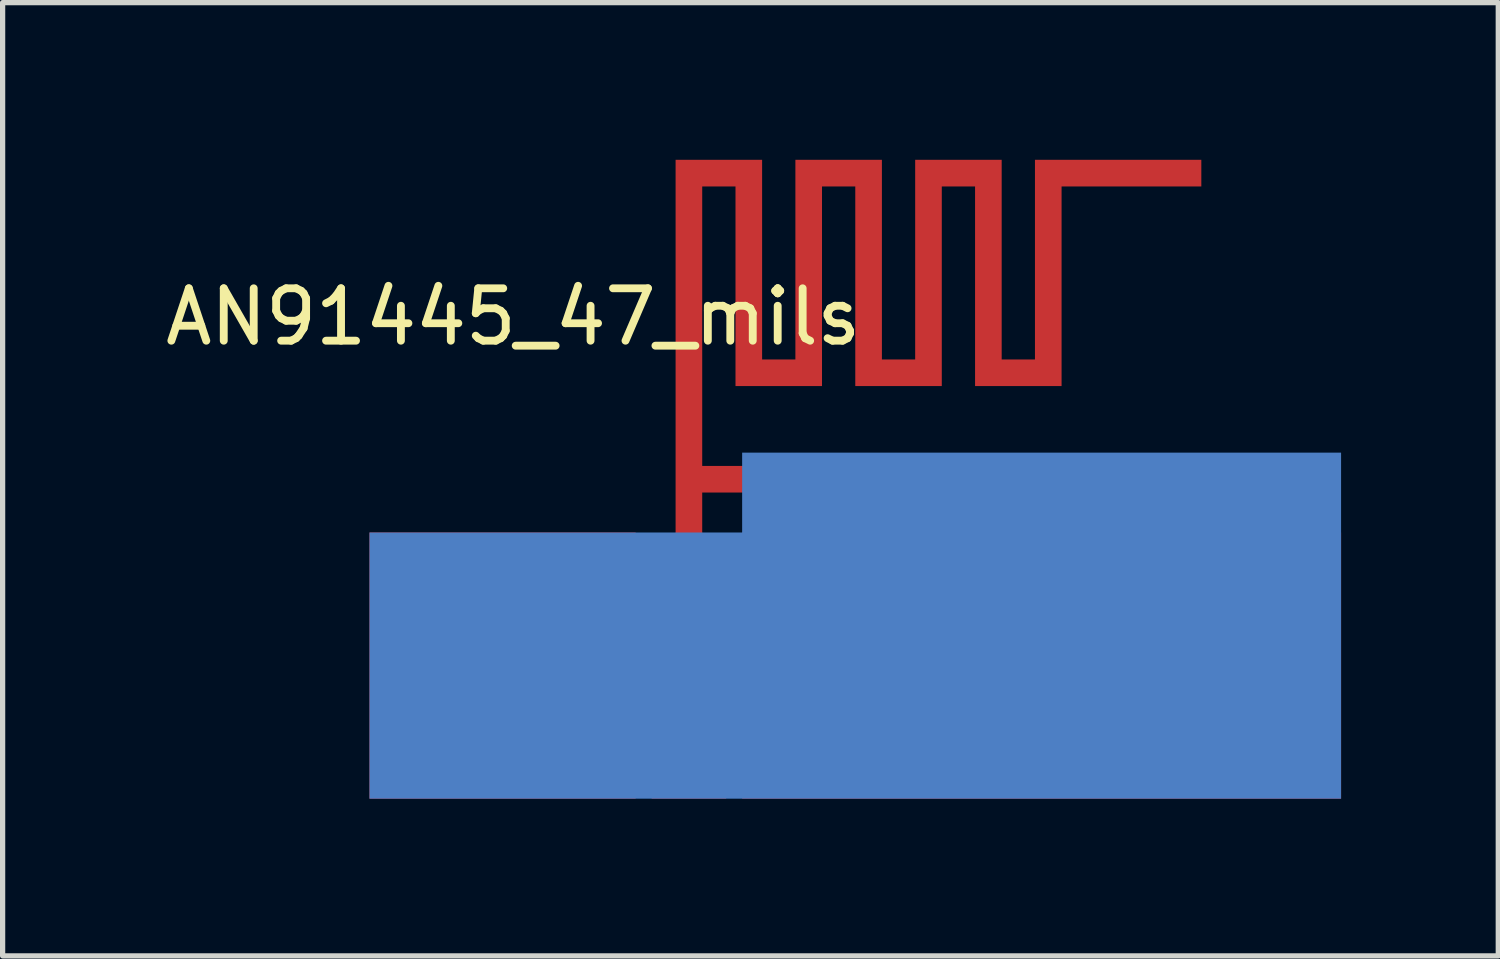
<source format=kicad_pcb>
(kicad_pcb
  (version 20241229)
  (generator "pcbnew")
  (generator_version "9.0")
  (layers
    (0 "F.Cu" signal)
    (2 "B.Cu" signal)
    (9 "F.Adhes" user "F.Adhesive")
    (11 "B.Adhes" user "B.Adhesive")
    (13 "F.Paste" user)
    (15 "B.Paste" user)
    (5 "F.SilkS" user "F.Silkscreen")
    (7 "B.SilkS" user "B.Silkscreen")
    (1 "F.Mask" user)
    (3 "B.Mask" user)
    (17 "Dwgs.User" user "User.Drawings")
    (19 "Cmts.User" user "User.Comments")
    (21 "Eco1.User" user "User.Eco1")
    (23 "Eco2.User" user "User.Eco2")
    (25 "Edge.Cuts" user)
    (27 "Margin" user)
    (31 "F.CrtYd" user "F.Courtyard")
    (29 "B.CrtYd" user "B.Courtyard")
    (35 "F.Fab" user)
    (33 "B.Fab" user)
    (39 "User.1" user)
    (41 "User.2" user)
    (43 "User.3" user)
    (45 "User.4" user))
  (footprint "AN91445_47_mils"
    (layer "F.Cu")
    (at 10.097 10.16)
    (property "Reference" "AN91445_47_mils" (at -3.353 -7.163 0) (layer "F.SilkS") (effects (font (size 1 1) (thickness 0.15))))
    (attr through_hole)
    (pad "1" smd custom (at 0 0) (size 1.422 4.064) (layers "F.Cu") (options (anchor rect)) (primitives (gr_poly (pts (xy -0.711 -2.032) (xy -0.254 -3.048) (xy -0.254 -10.16) (xy 1.397 -10.16) (xy 1.397 -6.35) (xy 2.032 -6.35) (xy 2.032 -10.16) (xy 3.683 -10.16) (xy 3.683 -6.35) (xy 4.318 -6.35) (xy 4.318 -10.16) (xy 5.969 -10.16) (xy 5.969 -6.35) (xy 6.604 -6.35) (xy 6.604 -10.16) (xy 9.779 -10.16) (xy 9.779 -9.652) (xy 7.112 -9.652) (xy 7.112 -5.842) (xy 5.461 -5.842) (xy 5.461 -9.652) (xy 4.826 -9.652) (xy 4.826 -5.842) (xy 3.175 -5.842) (xy 3.175 -9.652) (xy 2.54 -9.652) (xy 2.54 -5.842) (xy 0.889 -5.842) (xy 0.889 -9.652) (xy 0.254 -9.652) (xy 0.254 -4.318) (xy 7.188 -4.318) (xy 7.188 -3.81) (xy 0.254 -3.81) (xy 0.254 -3.048) (xy 0.711 -2.032)) (width 0) (fill yes))))
    (pad "2" smd rect (at -3.556 -0.508) (size 5.08 5.08) (layers "F.Cu"))
    (pad "3" smd rect (at 6.731 -0.508) (size 11.43 5.08) (layers "F.Cu"))
    (pad "4" smd custom (at 0 0) (size 1.422 4.064) (layers "B.Cu") (options (anchor rect)) (primitives (gr_poly (pts (xy -6.096 2.032) (xy -6.096 -3.048) (xy 1.016 -3.048) (xy 1.016 -4.572) (xy 12.446 -4.572) (xy 12.446 2.032)) (width 0) (fill yes)))))
  (gr_rect
    (start -3 -3)
    (end 25.543 15.192)
    (stroke (width 0.1) (type default))
    (fill no)
    (layer "Edge.Cuts")))
</source>
